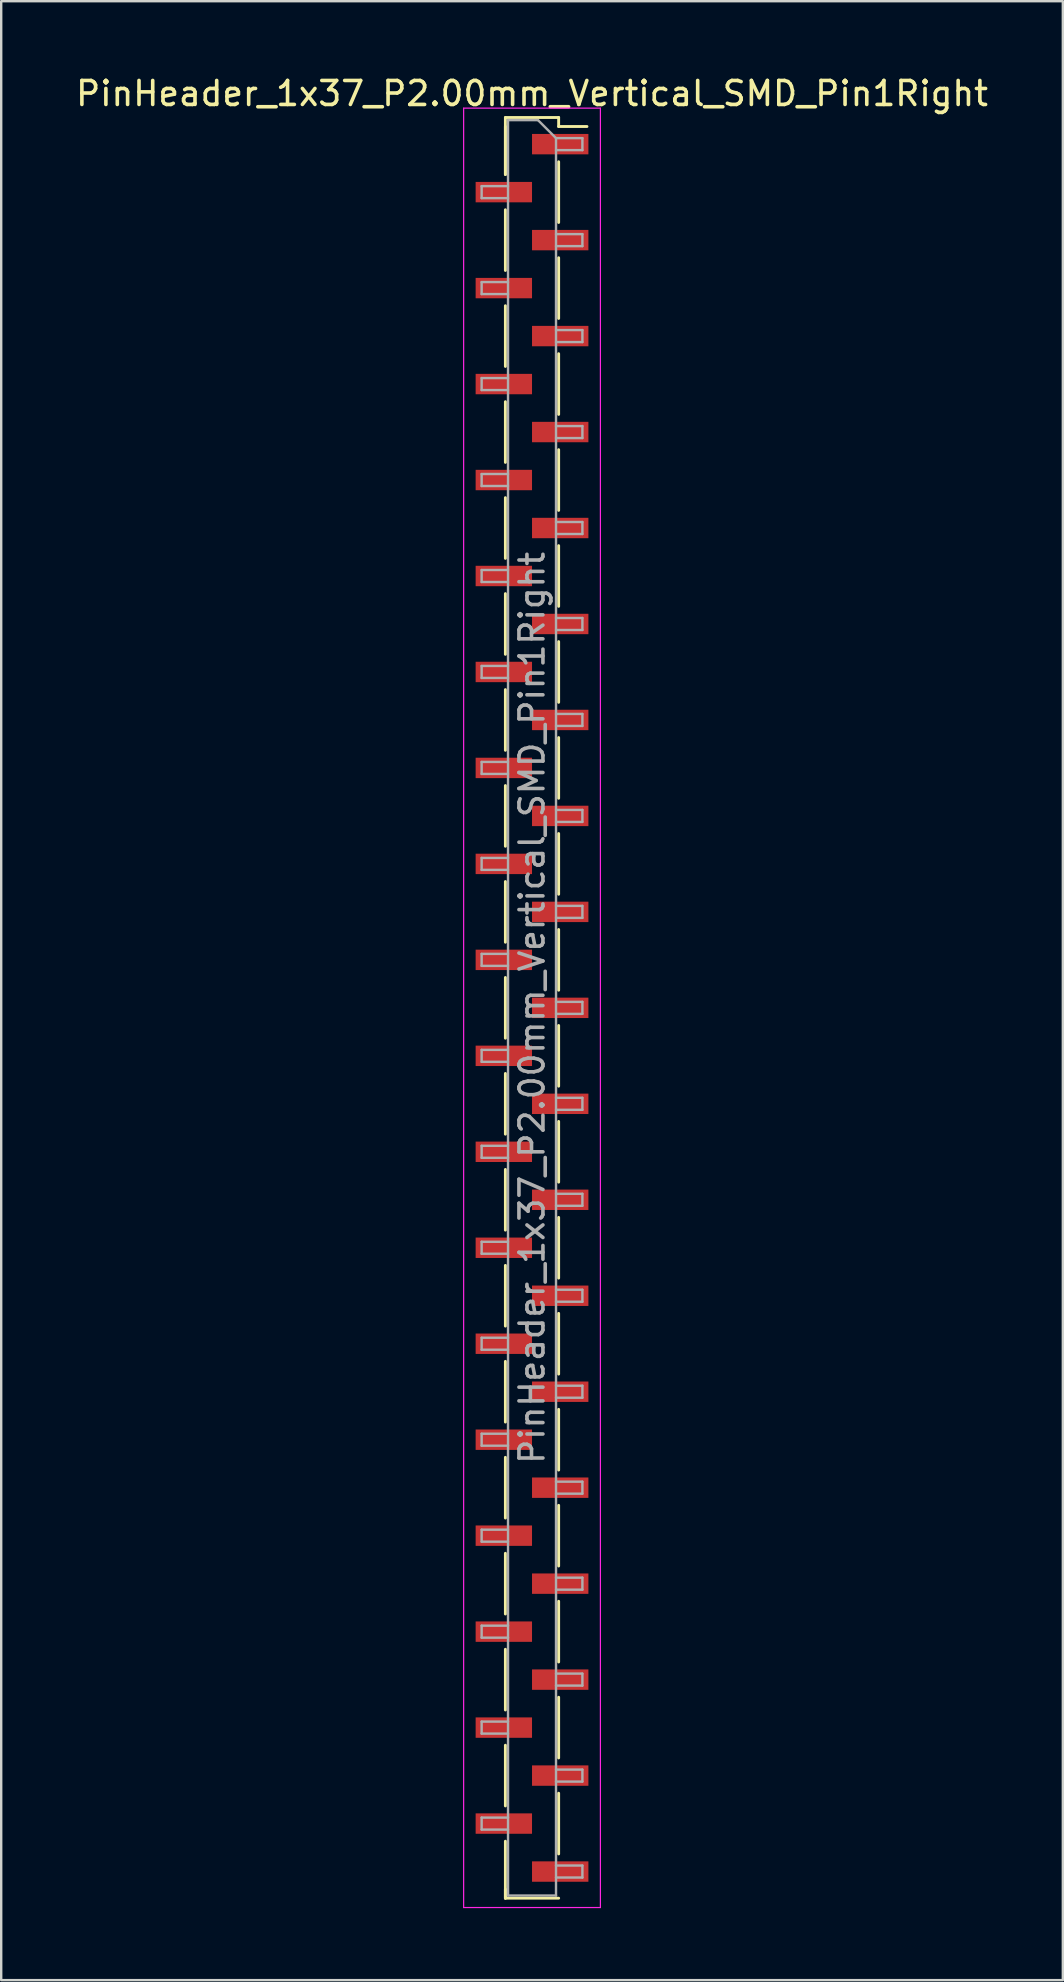
<source format=kicad_pcb>
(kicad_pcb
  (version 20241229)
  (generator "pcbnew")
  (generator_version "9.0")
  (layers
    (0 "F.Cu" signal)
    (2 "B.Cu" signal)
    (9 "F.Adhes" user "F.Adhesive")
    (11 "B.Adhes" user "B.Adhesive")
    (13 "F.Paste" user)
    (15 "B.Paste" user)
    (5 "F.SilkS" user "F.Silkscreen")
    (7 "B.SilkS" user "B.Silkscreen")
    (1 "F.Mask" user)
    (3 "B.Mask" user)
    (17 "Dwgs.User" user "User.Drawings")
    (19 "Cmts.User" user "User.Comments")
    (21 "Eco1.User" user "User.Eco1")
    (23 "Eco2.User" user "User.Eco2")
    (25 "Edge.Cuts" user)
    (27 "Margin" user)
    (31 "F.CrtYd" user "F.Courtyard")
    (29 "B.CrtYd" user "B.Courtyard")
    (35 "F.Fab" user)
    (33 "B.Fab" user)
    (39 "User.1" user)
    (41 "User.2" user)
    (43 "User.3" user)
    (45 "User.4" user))
  (footprint "PinHeader_1x37_P2.00mm_Vertical_SMD_Pin1Right"
    (layer "F.Cu")
    (at 19.125 38.958)
    (property "Reference" "PinHeader_1x37_P2.00mm_Vertical_SMD_Pin1Right" (at 0 -38.11 0) (layer "F.SilkS") (effects (font (size 1 1) (thickness 0.15))))
    (attr smd)
    (fp_line (start -1.11 -37.11) (end -1.11 -34.735) (stroke (width 0.12) (type solid)) (layer "F.SilkS"))
    (fp_line (start -1.11 -37.11) (end 1.11 -37.11) (stroke (width 0.12) (type solid)) (layer "F.SilkS"))
    (fp_line (start -1.11 -36.735) (end -1.11 -34.735) (stroke (width 0.12) (type solid)) (layer "F.SilkS"))
    (fp_line (start -1.11 -33.265) (end -1.11 -30.735) (stroke (width 0.12) (type solid)) (layer "F.SilkS"))
    (fp_line (start -1.11 -29.265) (end -1.11 -26.735) (stroke (width 0.12) (type solid)) (layer "F.SilkS"))
    (fp_line (start -1.11 -25.265) (end -1.11 -22.735) (stroke (width 0.12) (type solid)) (layer "F.SilkS"))
    (fp_line (start -1.11 -21.265) (end -1.11 -18.735) (stroke (width 0.12) (type solid)) (layer "F.SilkS"))
    (fp_line (start -1.11 -17.265) (end -1.11 -14.735) (stroke (width 0.12) (type solid)) (layer "F.SilkS"))
    (fp_line (start -1.11 -13.265) (end -1.11 -10.735) (stroke (width 0.12) (type solid)) (layer "F.SilkS"))
    (fp_line (start -1.11 -9.265) (end -1.11 -6.735) (stroke (width 0.12) (type solid)) (layer "F.SilkS"))
    (fp_line (start -1.11 -5.265) (end -1.11 -2.735) (stroke (width 0.12) (type solid)) (layer "F.SilkS"))
    (fp_line (start -1.11 -1.265) (end -1.11 1.265) (stroke (width 0.12) (type solid)) (layer "F.SilkS"))
    (fp_line (start -1.11 2.735) (end -1.11 5.265) (stroke (width 0.12) (type solid)) (layer "F.SilkS"))
    (fp_line (start -1.11 6.735) (end -1.11 9.265) (stroke (width 0.12) (type solid)) (layer "F.SilkS"))
    (fp_line (start -1.11 10.735) (end -1.11 13.265) (stroke (width 0.12) (type solid)) (layer "F.SilkS"))
    (fp_line (start -1.11 14.735) (end -1.11 17.265) (stroke (width 0.12) (type solid)) (layer "F.SilkS"))
    (fp_line (start -1.11 18.735) (end -1.11 21.265) (stroke (width 0.12) (type solid)) (layer "F.SilkS"))
    (fp_line (start -1.11 22.735) (end -1.11 25.265) (stroke (width 0.12) (type solid)) (layer "F.SilkS"))
    (fp_line (start -1.11 26.735) (end -1.11 29.265) (stroke (width 0.12) (type solid)) (layer "F.SilkS"))
    (fp_line (start -1.11 30.735) (end -1.11 33.265) (stroke (width 0.12) (type solid)) (layer "F.SilkS"))
    (fp_line (start -1.11 34.735) (end -1.11 37.11) (stroke (width 0.12) (type solid)) (layer "F.SilkS"))
    (fp_line (start -1.11 36.735) (end -1.11 37.11) (stroke (width 0.12) (type solid)) (layer "F.SilkS"))
    (fp_line (start -1.11 37.11) (end 1.11 37.11) (stroke (width 0.12) (type solid)) (layer "F.SilkS"))
    (fp_line (start 1.11 -37.11) (end 1.11 -36.735) (stroke (width 0.12) (type solid)) (layer "F.SilkS"))
    (fp_line (start 1.11 -36.735) (end 2.29 -36.735) (stroke (width 0.12) (type solid)) (layer "F.SilkS"))
    (fp_line (start 1.11 -35.265) (end 1.11 -32.735) (stroke (width 0.12) (type solid)) (layer "F.SilkS"))
    (fp_line (start 1.11 -31.265) (end 1.11 -28.735) (stroke (width 0.12) (type solid)) (layer "F.SilkS"))
    (fp_line (start 1.11 -27.265) (end 1.11 -24.735) (stroke (width 0.12) (type solid)) (layer "F.SilkS"))
    (fp_line (start 1.11 -23.265) (end 1.11 -20.735) (stroke (width 0.12) (type solid)) (layer "F.SilkS"))
    (fp_line (start 1.11 -19.265) (end 1.11 -16.735) (stroke (width 0.12) (type solid)) (layer "F.SilkS"))
    (fp_line (start 1.11 -15.265) (end 1.11 -12.735) (stroke (width 0.12) (type solid)) (layer "F.SilkS"))
    (fp_line (start 1.11 -11.265) (end 1.11 -8.735) (stroke (width 0.12) (type solid)) (layer "F.SilkS"))
    (fp_line (start 1.11 -7.265) (end 1.11 -4.735) (stroke (width 0.12) (type solid)) (layer "F.SilkS"))
    (fp_line (start 1.11 -3.265) (end 1.11 -0.735) (stroke (width 0.12) (type solid)) (layer "F.SilkS"))
    (fp_line (start 1.11 0.735) (end 1.11 3.265) (stroke (width 0.12) (type solid)) (layer "F.SilkS"))
    (fp_line (start 1.11 4.735) (end 1.11 7.265) (stroke (width 0.12) (type solid)) (layer "F.SilkS"))
    (fp_line (start 1.11 8.735) (end 1.11 11.265) (stroke (width 0.12) (type solid)) (layer "F.SilkS"))
    (fp_line (start 1.11 12.735) (end 1.11 15.265) (stroke (width 0.12) (type solid)) (layer "F.SilkS"))
    (fp_line (start 1.11 16.735) (end 1.11 19.265) (stroke (width 0.12) (type solid)) (layer "F.SilkS"))
    (fp_line (start 1.11 20.735) (end 1.11 23.265) (stroke (width 0.12) (type solid)) (layer "F.SilkS"))
    (fp_line (start 1.11 24.735) (end 1.11 27.265) (stroke (width 0.12) (type solid)) (layer "F.SilkS"))
    (fp_line (start 1.11 28.735) (end 1.11 31.265) (stroke (width 0.12) (type solid)) (layer "F.SilkS"))
    (fp_line (start 1.11 32.735) (end 1.11 35.265) (stroke (width 0.12) (type solid)) (layer "F.SilkS"))
    (fp_line (start -2.85 -37.5) (end -2.85 37.5) (stroke (width 0.05) (type solid)) (layer "F.CrtYd"))
    (fp_line (start -2.85 37.5) (end 2.85 37.5) (stroke (width 0.05) (type solid)) (layer "F.CrtYd"))
    (fp_line (start 2.85 -37.5) (end -2.85 -37.5) (stroke (width 0.05) (type solid)) (layer "F.CrtYd"))
    (fp_line (start 2.85 37.5) (end 2.85 -37.5) (stroke (width 0.05) (type solid)) (layer "F.CrtYd"))
    (fp_line (start -2.1 -34.25) (end -2.1 -33.75) (stroke (width 0.1) (type solid)) (layer "F.Fab"))
    (fp_line (start -2.1 -33.75) (end -1 -33.75) (stroke (width 0.1) (type solid)) (layer "F.Fab"))
    (fp_line (start -2.1 -30.25) (end -2.1 -29.75) (stroke (width 0.1) (type solid)) (layer "F.Fab"))
    (fp_line (start -2.1 -29.75) (end -1 -29.75) (stroke (width 0.1) (type solid)) (layer "F.Fab"))
    (fp_line (start -2.1 -26.25) (end -2.1 -25.75) (stroke (width 0.1) (type solid)) (layer "F.Fab"))
    (fp_line (start -2.1 -25.75) (end -1 -25.75) (stroke (width 0.1) (type solid)) (layer "F.Fab"))
    (fp_line (start -2.1 -22.25) (end -2.1 -21.75) (stroke (width 0.1) (type solid)) (layer "F.Fab"))
    (fp_line (start -2.1 -21.75) (end -1 -21.75) (stroke (width 0.1) (type solid)) (layer "F.Fab"))
    (fp_line (start -2.1 -18.25) (end -2.1 -17.75) (stroke (width 0.1) (type solid)) (layer "F.Fab"))
    (fp_line (start -2.1 -17.75) (end -1 -17.75) (stroke (width 0.1) (type solid)) (layer "F.Fab"))
    (fp_line (start -2.1 -14.25) (end -2.1 -13.75) (stroke (width 0.1) (type solid)) (layer "F.Fab"))
    (fp_line (start -2.1 -13.75) (end -1 -13.75) (stroke (width 0.1) (type solid)) (layer "F.Fab"))
    (fp_line (start -2.1 -10.25) (end -2.1 -9.75) (stroke (width 0.1) (type solid)) (layer "F.Fab"))
    (fp_line (start -2.1 -9.75) (end -1 -9.75) (stroke (width 0.1) (type solid)) (layer "F.Fab"))
    (fp_line (start -2.1 -6.25) (end -2.1 -5.75) (stroke (width 0.1) (type solid)) (layer "F.Fab"))
    (fp_line (start -2.1 -5.75) (end -1 -5.75) (stroke (width 0.1) (type solid)) (layer "F.Fab"))
    (fp_line (start -2.1 -2.25) (end -2.1 -1.75) (stroke (width 0.1) (type solid)) (layer "F.Fab"))
    (fp_line (start -2.1 -1.75) (end -1 -1.75) (stroke (width 0.1) (type solid)) (layer "F.Fab"))
    (fp_line (start -2.1 1.75) (end -2.1 2.25) (stroke (width 0.1) (type solid)) (layer "F.Fab"))
    (fp_line (start -2.1 2.25) (end -1 2.25) (stroke (width 0.1) (type solid)) (layer "F.Fab"))
    (fp_line (start -2.1 5.75) (end -2.1 6.25) (stroke (width 0.1) (type solid)) (layer "F.Fab"))
    (fp_line (start -2.1 6.25) (end -1 6.25) (stroke (width 0.1) (type solid)) (layer "F.Fab"))
    (fp_line (start -2.1 9.75) (end -2.1 10.25) (stroke (width 0.1) (type solid)) (layer "F.Fab"))
    (fp_line (start -2.1 10.25) (end -1 10.25) (stroke (width 0.1) (type solid)) (layer "F.Fab"))
    (fp_line (start -2.1 13.75) (end -2.1 14.25) (stroke (width 0.1) (type solid)) (layer "F.Fab"))
    (fp_line (start -2.1 14.25) (end -1 14.25) (stroke (width 0.1) (type solid)) (layer "F.Fab"))
    (fp_line (start -2.1 17.75) (end -2.1 18.25) (stroke (width 0.1) (type solid)) (layer "F.Fab"))
    (fp_line (start -2.1 18.25) (end -1 18.25) (stroke (width 0.1) (type solid)) (layer "F.Fab"))
    (fp_line (start -2.1 21.75) (end -2.1 22.25) (stroke (width 0.1) (type solid)) (layer "F.Fab"))
    (fp_line (start -2.1 22.25) (end -1 22.25) (stroke (width 0.1) (type solid)) (layer "F.Fab"))
    (fp_line (start -2.1 25.75) (end -2.1 26.25) (stroke (width 0.1) (type solid)) (layer "F.Fab"))
    (fp_line (start -2.1 26.25) (end -1 26.25) (stroke (width 0.1) (type solid)) (layer "F.Fab"))
    (fp_line (start -2.1 29.75) (end -2.1 30.25) (stroke (width 0.1) (type solid)) (layer "F.Fab"))
    (fp_line (start -2.1 30.25) (end -1 30.25) (stroke (width 0.1) (type solid)) (layer "F.Fab"))
    (fp_line (start -2.1 33.75) (end -2.1 34.25) (stroke (width 0.1) (type solid)) (layer "F.Fab"))
    (fp_line (start -2.1 34.25) (end -1 34.25) (stroke (width 0.1) (type solid)) (layer "F.Fab"))
    (fp_line (start -1 -37) (end -1 37) (stroke (width 0.1) (type solid)) (layer "F.Fab"))
    (fp_line (start -1 -37) (end 0.25 -37) (stroke (width 0.1) (type solid)) (layer "F.Fab"))
    (fp_line (start -1 -34.25) (end -2.1 -34.25) (stroke (width 0.1) (type solid)) (layer "F.Fab"))
    (fp_line (start -1 -30.25) (end -2.1 -30.25) (stroke (width 0.1) (type solid)) (layer "F.Fab"))
    (fp_line (start -1 -26.25) (end -2.1 -26.25) (stroke (width 0.1) (type solid)) (layer "F.Fab"))
    (fp_line (start -1 -22.25) (end -2.1 -22.25) (stroke (width 0.1) (type solid)) (layer "F.Fab"))
    (fp_line (start -1 -18.25) (end -2.1 -18.25) (stroke (width 0.1) (type solid)) (layer "F.Fab"))
    (fp_line (start -1 -14.25) (end -2.1 -14.25) (stroke (width 0.1) (type solid)) (layer "F.Fab"))
    (fp_line (start -1 -10.25) (end -2.1 -10.25) (stroke (width 0.1) (type solid)) (layer "F.Fab"))
    (fp_line (start -1 -6.25) (end -2.1 -6.25) (stroke (width 0.1) (type solid)) (layer "F.Fab"))
    (fp_line (start -1 -2.25) (end -2.1 -2.25) (stroke (width 0.1) (type solid)) (layer "F.Fab"))
    (fp_line (start -1 1.75) (end -2.1 1.75) (stroke (width 0.1) (type solid)) (layer "F.Fab"))
    (fp_line (start -1 5.75) (end -2.1 5.75) (stroke (width 0.1) (type solid)) (layer "F.Fab"))
    (fp_line (start -1 9.75) (end -2.1 9.75) (stroke (width 0.1) (type solid)) (layer "F.Fab"))
    (fp_line (start -1 13.75) (end -2.1 13.75) (stroke (width 0.1) (type solid)) (layer "F.Fab"))
    (fp_line (start -1 17.75) (end -2.1 17.75) (stroke (width 0.1) (type solid)) (layer "F.Fab"))
    (fp_line (start -1 21.75) (end -2.1 21.75) (stroke (width 0.1) (type solid)) (layer "F.Fab"))
    (fp_line (start -1 25.75) (end -2.1 25.75) (stroke (width 0.1) (type solid)) (layer "F.Fab"))
    (fp_line (start -1 29.75) (end -2.1 29.75) (stroke (width 0.1) (type solid)) (layer "F.Fab"))
    (fp_line (start -1 33.75) (end -2.1 33.75) (stroke (width 0.1) (type solid)) (layer "F.Fab"))
    (fp_line (start 1 -36.25) (end 0.25 -37) (stroke (width 0.1) (type solid)) (layer "F.Fab"))
    (fp_line (start 1 -36.25) (end 2.1 -36.25) (stroke (width 0.1) (type solid)) (layer "F.Fab"))
    (fp_line (start 1 -32.25) (end 2.1 -32.25) (stroke (width 0.1) (type solid)) (layer "F.Fab"))
    (fp_line (start 1 -28.25) (end 2.1 -28.25) (stroke (width 0.1) (type solid)) (layer "F.Fab"))
    (fp_line (start 1 -24.25) (end 2.1 -24.25) (stroke (width 0.1) (type solid)) (layer "F.Fab"))
    (fp_line (start 1 -20.25) (end 2.1 -20.25) (stroke (width 0.1) (type solid)) (layer "F.Fab"))
    (fp_line (start 1 -16.25) (end 2.1 -16.25) (stroke (width 0.1) (type solid)) (layer "F.Fab"))
    (fp_line (start 1 -12.25) (end 2.1 -12.25) (stroke (width 0.1) (type solid)) (layer "F.Fab"))
    (fp_line (start 1 -8.25) (end 2.1 -8.25) (stroke (width 0.1) (type solid)) (layer "F.Fab"))
    (fp_line (start 1 -4.25) (end 2.1 -4.25) (stroke (width 0.1) (type solid)) (layer "F.Fab"))
    (fp_line (start 1 -0.25) (end 2.1 -0.25) (stroke (width 0.1) (type solid)) (layer "F.Fab"))
    (fp_line (start 1 3.75) (end 2.1 3.75) (stroke (width 0.1) (type solid)) (layer "F.Fab"))
    (fp_line (start 1 7.75) (end 2.1 7.75) (stroke (width 0.1) (type solid)) (layer "F.Fab"))
    (fp_line (start 1 11.75) (end 2.1 11.75) (stroke (width 0.1) (type solid)) (layer "F.Fab"))
    (fp_line (start 1 15.75) (end 2.1 15.75) (stroke (width 0.1) (type solid)) (layer "F.Fab"))
    (fp_line (start 1 19.75) (end 2.1 19.75) (stroke (width 0.1) (type solid)) (layer "F.Fab"))
    (fp_line (start 1 23.75) (end 2.1 23.75) (stroke (width 0.1) (type solid)) (layer "F.Fab"))
    (fp_line (start 1 27.75) (end 2.1 27.75) (stroke (width 0.1) (type solid)) (layer "F.Fab"))
    (fp_line (start 1 31.75) (end 2.1 31.75) (stroke (width 0.1) (type solid)) (layer "F.Fab"))
    (fp_line (start 1 35.75) (end 2.1 35.75) (stroke (width 0.1) (type solid)) (layer "F.Fab"))
    (fp_line (start 1 37) (end -1 37) (stroke (width 0.1) (type solid)) (layer "F.Fab"))
    (fp_line (start 1 37) (end 1 -36.25) (stroke (width 0.1) (type solid)) (layer "F.Fab"))
    (fp_line (start 2.1 -36.25) (end 2.1 -35.75) (stroke (width 0.1) (type solid)) (layer "F.Fab"))
    (fp_line (start 2.1 -35.75) (end 1 -35.75) (stroke (width 0.1) (type solid)) (layer "F.Fab"))
    (fp_line (start 2.1 -32.25) (end 2.1 -31.75) (stroke (width 0.1) (type solid)) (layer "F.Fab"))
    (fp_line (start 2.1 -31.75) (end 1 -31.75) (stroke (width 0.1) (type solid)) (layer "F.Fab"))
    (fp_line (start 2.1 -28.25) (end 2.1 -27.75) (stroke (width 0.1) (type solid)) (layer "F.Fab"))
    (fp_line (start 2.1 -27.75) (end 1 -27.75) (stroke (width 0.1) (type solid)) (layer "F.Fab"))
    (fp_line (start 2.1 -24.25) (end 2.1 -23.75) (stroke (width 0.1) (type solid)) (layer "F.Fab"))
    (fp_line (start 2.1 -23.75) (end 1 -23.75) (stroke (width 0.1) (type solid)) (layer "F.Fab"))
    (fp_line (start 2.1 -20.25) (end 2.1 -19.75) (stroke (width 0.1) (type solid)) (layer "F.Fab"))
    (fp_line (start 2.1 -19.75) (end 1 -19.75) (stroke (width 0.1) (type solid)) (layer "F.Fab"))
    (fp_line (start 2.1 -16.25) (end 2.1 -15.75) (stroke (width 0.1) (type solid)) (layer "F.Fab"))
    (fp_line (start 2.1 -15.75) (end 1 -15.75) (stroke (width 0.1) (type solid)) (layer "F.Fab"))
    (fp_line (start 2.1 -12.25) (end 2.1 -11.75) (stroke (width 0.1) (type solid)) (layer "F.Fab"))
    (fp_line (start 2.1 -11.75) (end 1 -11.75) (stroke (width 0.1) (type solid)) (layer "F.Fab"))
    (fp_line (start 2.1 -8.25) (end 2.1 -7.75) (stroke (width 0.1) (type solid)) (layer "F.Fab"))
    (fp_line (start 2.1 -7.75) (end 1 -7.75) (stroke (width 0.1) (type solid)) (layer "F.Fab"))
    (fp_line (start 2.1 -4.25) (end 2.1 -3.75) (stroke (width 0.1) (type solid)) (layer "F.Fab"))
    (fp_line (start 2.1 -3.75) (end 1 -3.75) (stroke (width 0.1) (type solid)) (layer "F.Fab"))
    (fp_line (start 2.1 -0.25) (end 2.1 0.25) (stroke (width 0.1) (type solid)) (layer "F.Fab"))
    (fp_line (start 2.1 0.25) (end 1 0.25) (stroke (width 0.1) (type solid)) (layer "F.Fab"))
    (fp_line (start 2.1 3.75) (end 2.1 4.25) (stroke (width 0.1) (type solid)) (layer "F.Fab"))
    (fp_line (start 2.1 4.25) (end 1 4.25) (stroke (width 0.1) (type solid)) (layer "F.Fab"))
    (fp_line (start 2.1 7.75) (end 2.1 8.25) (stroke (width 0.1) (type solid)) (layer "F.Fab"))
    (fp_line (start 2.1 8.25) (end 1 8.25) (stroke (width 0.1) (type solid)) (layer "F.Fab"))
    (fp_line (start 2.1 11.75) (end 2.1 12.25) (stroke (width 0.1) (type solid)) (layer "F.Fab"))
    (fp_line (start 2.1 12.25) (end 1 12.25) (stroke (width 0.1) (type solid)) (layer "F.Fab"))
    (fp_line (start 2.1 15.75) (end 2.1 16.25) (stroke (width 0.1) (type solid)) (layer "F.Fab"))
    (fp_line (start 2.1 16.25) (end 1 16.25) (stroke (width 0.1) (type solid)) (layer "F.Fab"))
    (fp_line (start 2.1 19.75) (end 2.1 20.25) (stroke (width 0.1) (type solid)) (layer "F.Fab"))
    (fp_line (start 2.1 20.25) (end 1 20.25) (stroke (width 0.1) (type solid)) (layer "F.Fab"))
    (fp_line (start 2.1 23.75) (end 2.1 24.25) (stroke (width 0.1) (type solid)) (layer "F.Fab"))
    (fp_line (start 2.1 24.25) (end 1 24.25) (stroke (width 0.1) (type solid)) (layer "F.Fab"))
    (fp_line (start 2.1 27.75) (end 2.1 28.25) (stroke (width 0.1) (type solid)) (layer "F.Fab"))
    (fp_line (start 2.1 28.25) (end 1 28.25) (stroke (width 0.1) (type solid)) (layer "F.Fab"))
    (fp_line (start 2.1 31.75) (end 2.1 32.25) (stroke (width 0.1) (type solid)) (layer "F.Fab"))
    (fp_line (start 2.1 32.25) (end 1 32.25) (stroke (width 0.1) (type solid)) (layer "F.Fab"))
    (fp_line (start 2.1 35.75) (end 2.1 36.25) (stroke (width 0.1) (type solid)) (layer "F.Fab"))
    (fp_line (start 2.1 36.25) (end 1 36.25) (stroke (width 0.1) (type solid)) (layer "F.Fab"))
    (fp_text user "${REFERENCE}" (at 0 0 90) (layer "F.Fab") (effects (font (size 1 1) (thickness 0.15))))
    (pad "1" smd rect (at 1.175 -36) (size 2.35 0.85) (layers "F.Cu" "F.Mask" "F.Paste"))
    (pad "2" smd rect (at -1.175 -34) (size 2.35 0.85) (layers "F.Cu" "F.Mask" "F.Paste"))
    (pad "3" smd rect (at 1.175 -32) (size 2.35 0.85) (layers "F.Cu" "F.Mask" "F.Paste"))
    (pad "4" smd rect (at -1.175 -30) (size 2.35 0.85) (layers "F.Cu" "F.Mask" "F.Paste"))
    (pad "5" smd rect (at 1.175 -28) (size 2.35 0.85) (layers "F.Cu" "F.Mask" "F.Paste"))
    (pad "6" smd rect (at -1.175 -26) (size 2.35 0.85) (layers "F.Cu" "F.Mask" "F.Paste"))
    (pad "7" smd rect (at 1.175 -24) (size 2.35 0.85) (layers "F.Cu" "F.Mask" "F.Paste"))
    (pad "8" smd rect (at -1.175 -22) (size 2.35 0.85) (layers "F.Cu" "F.Mask" "F.Paste"))
    (pad "9" smd rect (at 1.175 -20) (size 2.35 0.85) (layers "F.Cu" "F.Mask" "F.Paste"))
    (pad "10" smd rect (at -1.175 -18) (size 2.35 0.85) (layers "F.Cu" "F.Mask" "F.Paste"))
    (pad "11" smd rect (at 1.175 -16) (size 2.35 0.85) (layers "F.Cu" "F.Mask" "F.Paste"))
    (pad "12" smd rect (at -1.175 -14) (size 2.35 0.85) (layers "F.Cu" "F.Mask" "F.Paste"))
    (pad "13" smd rect (at 1.175 -12) (size 2.35 0.85) (layers "F.Cu" "F.Mask" "F.Paste"))
    (pad "14" smd rect (at -1.175 -10) (size 2.35 0.85) (layers "F.Cu" "F.Mask" "F.Paste"))
    (pad "15" smd rect (at 1.175 -8) (size 2.35 0.85) (layers "F.Cu" "F.Mask" "F.Paste"))
    (pad "16" smd rect (at -1.175 -6) (size 2.35 0.85) (layers "F.Cu" "F.Mask" "F.Paste"))
    (pad "17" smd rect (at 1.175 -4) (size 2.35 0.85) (layers "F.Cu" "F.Mask" "F.Paste"))
    (pad "18" smd rect (at -1.175 -2) (size 2.35 0.85) (layers "F.Cu" "F.Mask" "F.Paste"))
    (pad "19" smd rect (at 1.175 0) (size 2.35 0.85) (layers "F.Cu" "F.Mask" "F.Paste"))
    (pad "20" smd rect (at -1.175 2) (size 2.35 0.85) (layers "F.Cu" "F.Mask" "F.Paste"))
    (pad "21" smd rect (at 1.175 4) (size 2.35 0.85) (layers "F.Cu" "F.Mask" "F.Paste"))
    (pad "22" smd rect (at -1.175 6) (size 2.35 0.85) (layers "F.Cu" "F.Mask" "F.Paste"))
    (pad "23" smd rect (at 1.175 8) (size 2.35 0.85) (layers "F.Cu" "F.Mask" "F.Paste"))
    (pad "24" smd rect (at -1.175 10) (size 2.35 0.85) (layers "F.Cu" "F.Mask" "F.Paste"))
    (pad "25" smd rect (at 1.175 12) (size 2.35 0.85) (layers "F.Cu" "F.Mask" "F.Paste"))
    (pad "26" smd rect (at -1.175 14) (size 2.35 0.85) (layers "F.Cu" "F.Mask" "F.Paste"))
    (pad "27" smd rect (at 1.175 16) (size 2.35 0.85) (layers "F.Cu" "F.Mask" "F.Paste"))
    (pad "28" smd rect (at -1.175 18) (size 2.35 0.85) (layers "F.Cu" "F.Mask" "F.Paste"))
    (pad "29" smd rect (at 1.175 20) (size 2.35 0.85) (layers "F.Cu" "F.Mask" "F.Paste"))
    (pad "30" smd rect (at -1.175 22) (size 2.35 0.85) (layers "F.Cu" "F.Mask" "F.Paste"))
    (pad "31" smd rect (at 1.175 24) (size 2.35 0.85) (layers "F.Cu" "F.Mask" "F.Paste"))
    (pad "32" smd rect (at -1.175 26) (size 2.35 0.85) (layers "F.Cu" "F.Mask" "F.Paste"))
    (pad "33" smd rect (at 1.175 28) (size 2.35 0.85) (layers "F.Cu" "F.Mask" "F.Paste"))
    (pad "34" smd rect (at -1.175 30) (size 2.35 0.85) (layers "F.Cu" "F.Mask" "F.Paste"))
    (pad "35" smd rect (at 1.175 32) (size 2.35 0.85) (layers "F.Cu" "F.Mask" "F.Paste"))
    (pad "36" smd rect (at -1.175 34) (size 2.35 0.85) (layers "F.Cu" "F.Mask" "F.Paste"))
    (pad "37" smd rect (at 1.175 36) (size 2.35 0.85) (layers "F.Cu" "F.Mask" "F.Paste")))
  (gr_rect
    (start -3 -3)
    (end 41.25 79.483)
    (stroke (width 0.1) (type default))
    (fill no)
    (layer "Edge.Cuts")))
</source>
